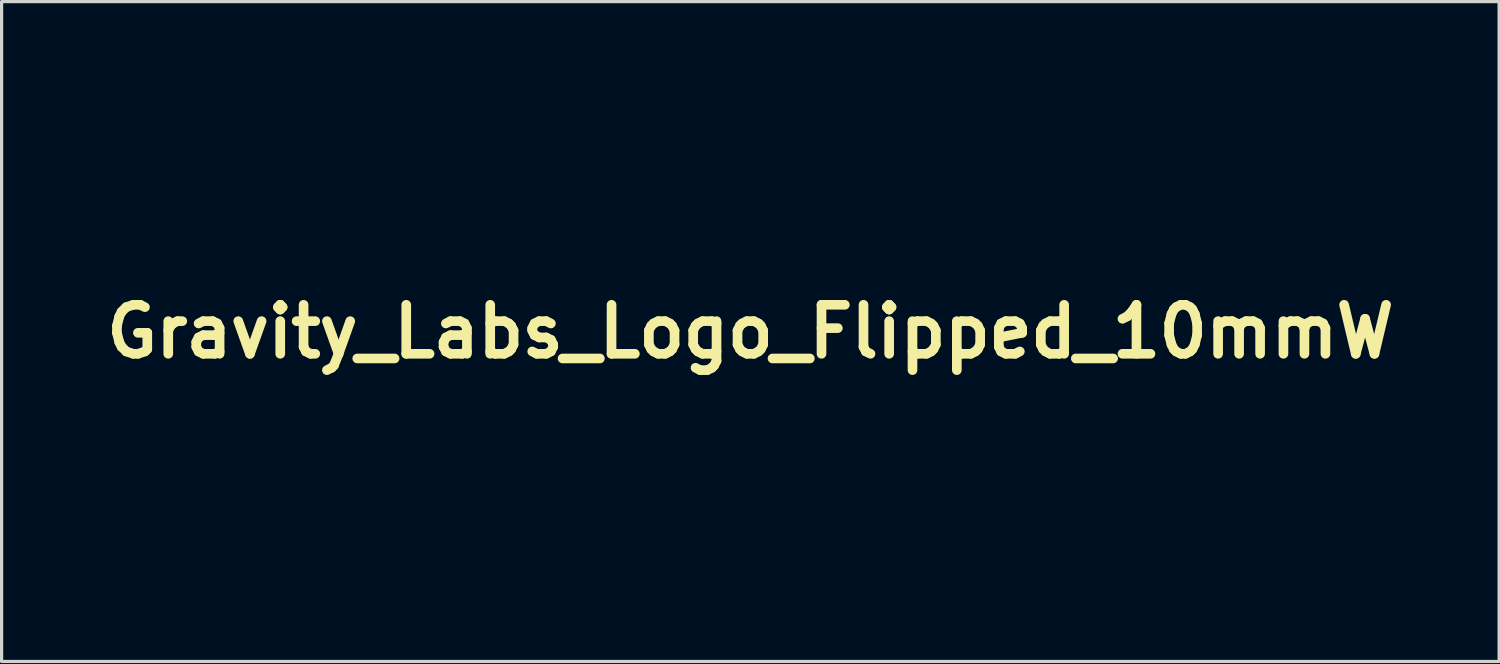
<source format=kicad_pcb>
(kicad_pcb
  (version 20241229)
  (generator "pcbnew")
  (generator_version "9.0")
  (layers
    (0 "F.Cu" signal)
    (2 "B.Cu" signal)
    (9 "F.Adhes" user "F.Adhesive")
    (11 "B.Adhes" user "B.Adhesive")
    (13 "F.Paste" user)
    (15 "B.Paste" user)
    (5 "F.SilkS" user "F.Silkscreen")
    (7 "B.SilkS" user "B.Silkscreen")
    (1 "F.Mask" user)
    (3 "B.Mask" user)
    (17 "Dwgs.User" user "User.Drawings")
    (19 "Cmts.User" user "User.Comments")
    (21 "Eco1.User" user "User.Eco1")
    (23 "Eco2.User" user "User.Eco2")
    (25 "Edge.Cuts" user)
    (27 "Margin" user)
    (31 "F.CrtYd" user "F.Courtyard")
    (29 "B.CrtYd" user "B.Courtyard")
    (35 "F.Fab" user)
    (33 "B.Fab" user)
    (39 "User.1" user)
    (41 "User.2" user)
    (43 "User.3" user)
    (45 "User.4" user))
  (footprint "Gravity_Labs_Logo_Flipped_10mmW"
    (layer "F.Cu")
    (at 20.291 7.266)
    (property "Reference" "Gravity_Labs_Logo_Flipped_10mmW" (at 0 0 0) (layer "F.SilkS") (effects (font (size 1.524 1.524) (thickness 0.3))))
    (attr through_hole)
    (fp_poly (pts (xy -1.459 -7.215) (xy -1.221 -7.13) (xy -0.924 -7.025) (xy -0.91 -7.02) (xy -0.614 -6.911) (xy -0.443 -6.827) (xy -0.364 -6.737) (xy -0.34 -6.609) (xy -0.339 -6.505) (xy -0.339 -6.193) (xy 0.183 -6.462) (xy 0.424 -6.581) (xy 0.626 -6.658) (xy 0.836 -6.703) (xy 1.103 -6.725) (xy 1.474 -6.731) (xy 1.643 -6.731) (xy 2.069 -6.728) (xy 2.374 -6.711) (xy 2.605 -6.675) (xy 2.811 -6.609) (xy 3.041 -6.506) (xy 3.089 -6.482) (xy 3.696 -6.094) (xy 4.218 -5.576) (xy 4.626 -4.96) (xy 4.683 -4.846) (xy 4.809 -4.565) (xy 4.889 -4.33) (xy 4.932 -4.087) (xy 4.95 -3.779) (xy 4.953 -3.427) (xy 4.949 -3.024) (xy 4.929 -2.734) (xy 4.882 -2.503) (xy 4.798 -2.274) (xy 4.674 -2.012) (xy 4.264 -1.36) (xy 3.737 -0.829) (xy 3.088 -0.416) (xy 3.068 -0.406) (xy 2.791 -0.276) (xy 2.564 -0.194) (xy 2.331 -0.149) (xy 2.036 -0.131) (xy 1.653 -0.127) (xy 1.246 -0.132) (xy 0.952 -0.153) (xy 0.714 -0.201) (xy 0.476 -0.287) (xy 0.233 -0.398) (xy -0.339 -0.668) (xy -0.339 0.508) (xy 0.614 0.509) (xy 1.415 0.53) (xy 2.076 0.597) (xy 2.622 0.713) (xy 3.075 0.881) (xy 3.101 0.893) (xy 3.709 1.266) (xy 4.201 1.749) (xy 4.597 2.362) (xy 4.634 2.435) (xy 4.78 2.742) (xy 4.874 2.981) (xy 4.925 3.209) (xy 4.948 3.484) (xy 4.953 3.862) (xy 4.953 3.934) (xy 4.949 4.34) (xy 4.929 4.631) (xy 4.883 4.862) (xy 4.8 5.088) (xy 4.683 5.337) (xy 4.278 5.974) (xy 3.749 6.515) (xy 3.123 6.932) (xy 3.06 6.964) (xy 2.746 7.105) (xy 2.466 7.19) (xy 2.15 7.235) (xy 1.789 7.255) (xy 1.321 7.253) (xy 0.929 7.215) (xy 0.72 7.167) (xy 0.001 6.847) (xy -0.609 6.4) (xy -1.101 5.834) (xy -1.39 5.334) (xy -1.486 5.125) (xy -1.556 4.944) (xy -1.604 4.757) (xy -1.636 4.532) (xy -1.656 4.233) (xy -1.669 3.827) (xy -1.679 3.365) (xy -1.708 1.947) (xy -0.339 1.947) (xy -0.339 3.059) (xy -0.33 3.65) (xy -0.298 4.106) (xy -0.236 4.459) (xy -0.136 4.743) (xy 0.01 4.991) (xy 0.149 5.168) (xy 0.581 5.555) (xy 1.075 5.798) (xy 1.605 5.89) (xy 2.145 5.825) (xy 2.538 5.672) (xy 2.991 5.355) (xy 3.319 4.951) (xy 3.523 4.488) (xy 3.603 3.993) (xy 3.559 3.495) (xy 3.391 3.021) (xy 3.099 2.599) (xy 2.683 2.256) (xy 2.521 2.165) (xy 2.336 2.079) (xy 2.164 2.019) (xy 1.97 1.98) (xy 1.716 1.959) (xy 1.366 1.949) (xy 0.884 1.947) (xy 0.872 1.947) (xy -0.339 1.947) (xy -1.708 1.947) (xy -4.374 1.947) (xy -4.681 1.298) (xy -4.816 0.995) (xy -4.91 0.749) (xy -4.947 0.601) (xy -4.944 0.579) (xy -4.85 0.557) (xy -4.613 0.537) (xy -4.261 0.522) (xy -3.821 0.512) (xy -3.319 0.508) (xy -3.297 0.508) (xy -1.693 0.508) (xy -1.693 -3.233) (xy -0.311 -3.233) (xy -0.249 -2.901) (xy -0.087 -2.546) (xy 0.18 -2.184) (xy 0.509 -1.862) (xy 0.856 -1.625) (xy 1.061 -1.541) (xy 1.546 -1.477) (xy 2.056 -1.525) (xy 2.51 -1.679) (xy 2.513 -1.681) (xy 2.967 -1.999) (xy 3.304 -2.408) (xy 3.52 -2.879) (xy 3.608 -3.384) (xy 3.563 -3.892) (xy 3.38 -4.375) (xy 3.088 -4.768) (xy 2.746 -5.077) (xy 2.412 -5.263) (xy 2.025 -5.353) (xy 1.645 -5.373) (xy 1.297 -5.365) (xy 1.047 -5.323) (xy 0.821 -5.23) (xy 0.631 -5.12) (xy 0.195 -4.758) (xy -0.116 -4.302) (xy -0.289 -3.784) (xy -0.311 -3.233) (xy -1.693 -3.233) (xy -1.693 -3.396) (xy -1.692 -4.344) (xy -1.69 -5.134) (xy -1.684 -5.779) (xy -1.677 -6.291) (xy -1.666 -6.681) (xy -1.652 -6.961) (xy -1.634 -7.143) (xy -1.613 -7.239) (xy -1.587 -7.261) (xy -1.459 -7.215)) (stroke (width 0.01) (type solid)) (fill no) (layer "Eco2.User")))
  (gr_rect
    (start -3 -3)
    (end 43.582 17.526)
    (stroke (width 0.1) (type default))
    (fill no)
    (layer "Edge.Cuts")))
</source>
